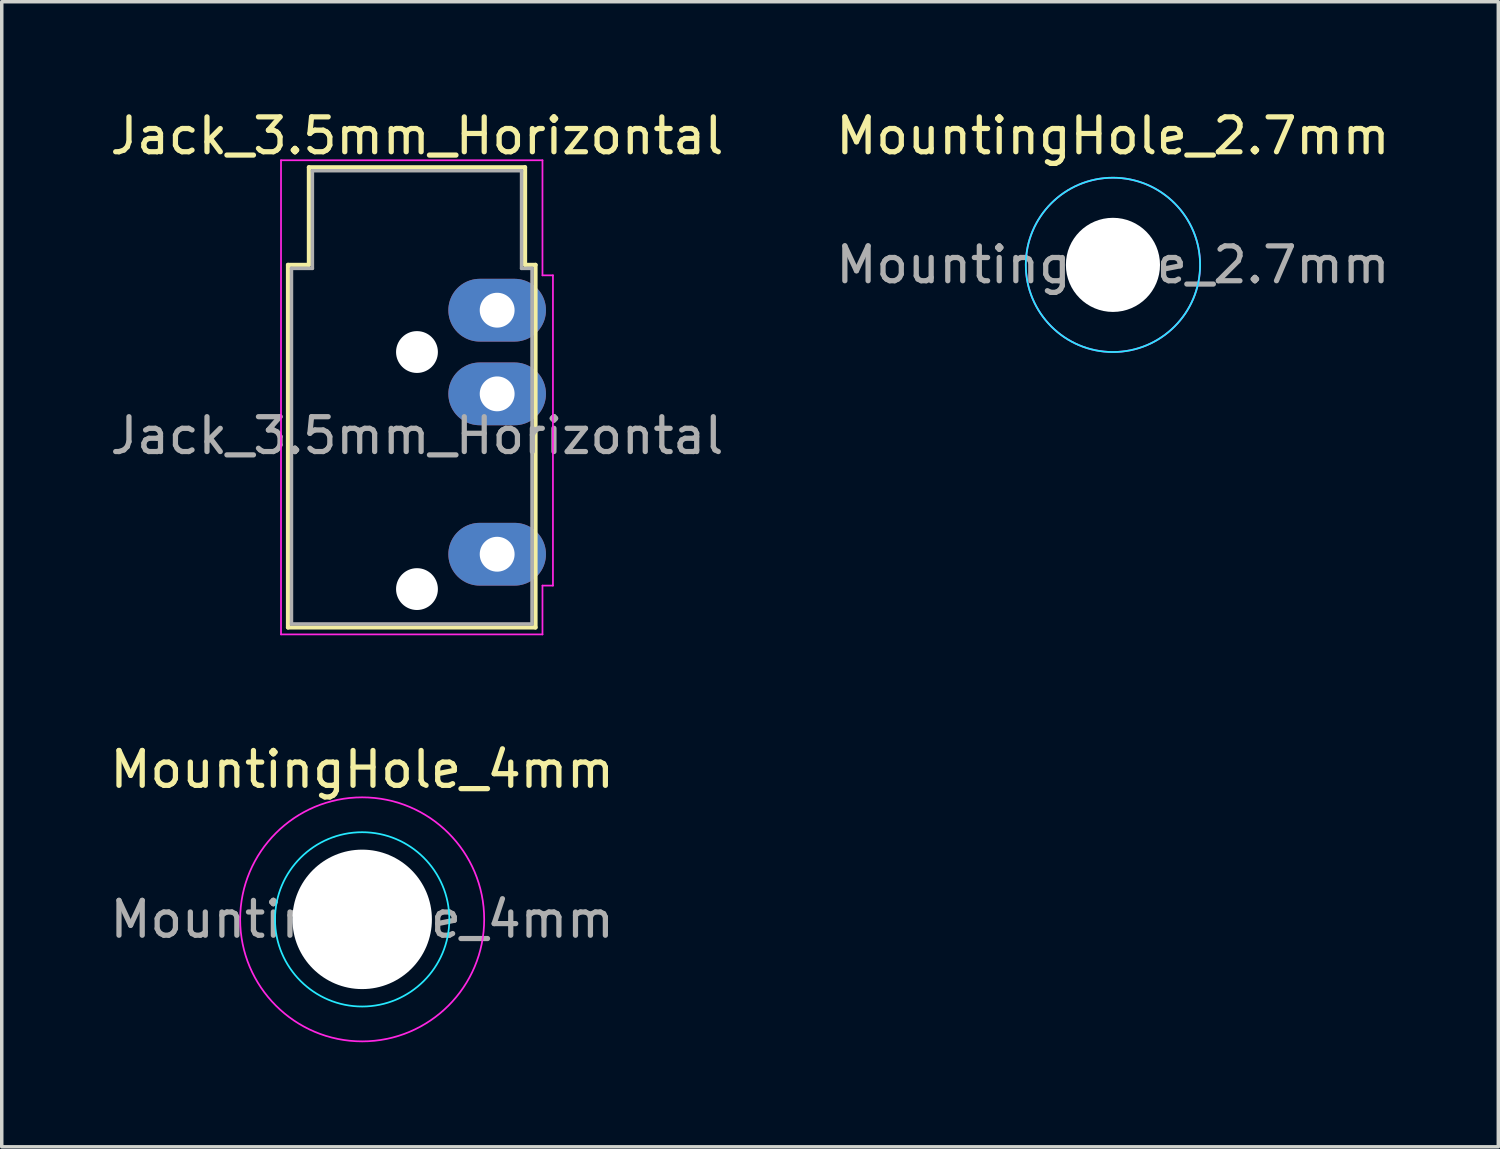
<source format=kicad_pcb>
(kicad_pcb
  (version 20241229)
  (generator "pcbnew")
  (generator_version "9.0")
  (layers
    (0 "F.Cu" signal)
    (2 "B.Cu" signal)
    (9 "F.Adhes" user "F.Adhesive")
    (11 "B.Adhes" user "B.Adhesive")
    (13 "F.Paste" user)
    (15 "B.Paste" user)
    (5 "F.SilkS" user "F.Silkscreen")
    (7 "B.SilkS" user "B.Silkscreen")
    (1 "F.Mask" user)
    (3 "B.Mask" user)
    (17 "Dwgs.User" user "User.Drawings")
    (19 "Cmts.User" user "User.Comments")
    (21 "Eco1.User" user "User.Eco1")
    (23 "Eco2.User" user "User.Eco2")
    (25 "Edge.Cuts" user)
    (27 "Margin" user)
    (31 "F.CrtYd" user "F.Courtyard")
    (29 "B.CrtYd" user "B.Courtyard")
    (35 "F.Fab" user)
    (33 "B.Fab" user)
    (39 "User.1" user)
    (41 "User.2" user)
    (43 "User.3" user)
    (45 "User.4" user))
  (footprint "MountingHole_2.7mm"
    (layer "F.Cu")
    (at 28.875 4.548)
    (property "Reference" "MountingHole_2.7mm" (at 0 -3.7 0) (layer "F.SilkS") (effects (font (size 1 1) (thickness 0.15))))
    (attr exclude_from_pos_files exclude_from_bom)
    (fp_circle (center 0 0) (end 2.5 0) (stroke (width 0.05) (type default)) (fill no) (layer "B.CrtYd"))
    (fp_circle (center 0 0) (end 2.5 0) (stroke (width 0.05) (type solid)) (fill no) (layer "F.CrtYd"))
    (fp_text user "${REFERENCE}" (at 0 0 0) (layer "F.Fab") (effects (font (size 1 1) (thickness 0.15))))
    (pad "" np_thru_hole circle (at 0 0) (size 2.7 2.7) (drill 2.7) (layers "*.Cu" "*.Mask")))
  (footprint "MountingHole_4mm"
    (layer "F.Cu")
    (at 7.339 23.322)
    (property "Reference" "MountingHole_4mm" (at 0 -4.3 0) (layer "F.SilkS") (effects (font (size 1 1) (thickness 0.15))))
    (attr exclude_from_pos_files exclude_from_bom)
    (fp_circle (center 0 0) (end 2.5 0) (stroke (width 0.05) (type default)) (fill no) (layer "B.CrtYd"))
    (fp_circle (center 0 0) (end 3.5 0) (stroke (width 0.05) (type solid)) (fill no) (layer "F.CrtYd"))
    (fp_text user "${REFERENCE}" (at 0 0 0) (layer "F.Fab") (effects (font (size 1 1) (thickness 0.15))))
    (pad "" np_thru_hole circle (at 0 0) (size 4 4) (drill 4) (layers "*.Cu" "*.Mask")))
  (footprint "Jack_3.5mm_Horizontal"
    (layer "F.Cu")
    (at 8.911 5.848)
    (property "Reference" "Jack_3.5mm_Horizontal" (at 0 -5 0) (layer "F.SilkS") (effects (font (size 1 1) (thickness 0.15))))
    (attr through_hole)
    (fp_line (start -3.7 -1.3) (end -3.1 -1.3) (stroke (width 0.12) (type solid)) (layer "F.SilkS"))
    (fp_line (start -3.7 9.1) (end -3.7 -1.3) (stroke (width 0.12) (type solid)) (layer "F.SilkS"))
    (fp_line (start -3.1 -4.1) (end 3.1 -4.1) (stroke (width 0.12) (type solid)) (layer "F.SilkS"))
    (fp_line (start -3.1 -1.3) (end -3.1 -4.1) (stroke (width 0.12) (type solid)) (layer "F.SilkS"))
    (fp_line (start 3.1 -4.1) (end 3.1 -1.3) (stroke (width 0.12) (type solid)) (layer "F.SilkS"))
    (fp_line (start 3.1 -1.3) (end 3.4 -1.3) (stroke (width 0.12) (type solid)) (layer "F.SilkS"))
    (fp_line (start 3.4 -1.3) (end 3.4 9.1) (stroke (width 0.12) (type solid)) (layer "F.SilkS"))
    (fp_line (start 3.4 9.1) (end -3.7 9.1) (stroke (width 0.12) (type solid)) (layer "F.SilkS"))
    (fp_line (start -3.9 -4.3) (end -3.9 9.3) (stroke (width 0.05) (type solid)) (layer "F.CrtYd"))
    (fp_line (start -3.9 9.3) (end 3.6 9.3) (stroke (width 0.05) (type solid)) (layer "F.CrtYd"))
    (fp_line (start 3.6 -4.3) (end -3.9 -4.3) (stroke (width 0.05) (type solid)) (layer "F.CrtYd"))
    (fp_line (start 3.6 -1) (end 3.6 -4.3) (stroke (width 0.05) (type solid)) (layer "F.CrtYd"))
    (fp_line (start 3.6 -1) (end 3.9 -1) (stroke (width 0.05) (type default)) (layer "F.CrtYd"))
    (fp_line (start 3.6 7.9) (end 3.6 9.3) (stroke (width 0.05) (type default)) (layer "F.CrtYd"))
    (fp_line (start 3.9 -1) (end 3.9 7.9) (stroke (width 0.05) (type default)) (layer "F.CrtYd"))
    (fp_line (start 3.9 7.9) (end 3.6 7.9) (stroke (width 0.05) (type default)) (layer "F.CrtYd"))
    (fp_line (start -3.6 -1.2) (end -3 -1.2) (stroke (width 0.1) (type solid)) (layer "F.Fab"))
    (fp_line (start -3.6 9) (end -3.6 -1.2) (stroke (width 0.1) (type solid)) (layer "F.Fab"))
    (fp_line (start -3 -4) (end 3 -4) (stroke (width 0.1) (type solid)) (layer "F.Fab"))
    (fp_line (start -3 -1.2) (end -3 -4) (stroke (width 0.1) (type solid)) (layer "F.Fab"))
    (fp_line (start 3 -4) (end 3 -1.2) (stroke (width 0.1) (type solid)) (layer "F.Fab"))
    (fp_line (start 3 -1.2) (end 3.3 -1.2) (stroke (width 0.1) (type solid)) (layer "F.Fab"))
    (fp_line (start 3.3 -1.2) (end 3.3 9) (stroke (width 0.1) (type solid)) (layer "F.Fab"))
    (fp_line (start 3.3 9) (end -3.6 9) (stroke (width 0.1) (type solid)) (layer "F.Fab"))
    (fp_text user "${REFERENCE}" (at 0 3.6 0) (layer "F.Fab") (effects (font (size 1 1) (thickness 0.15))))
    (pad "" np_thru_hole circle (at 0 1.2) (size 1.2 1.2) (drill 1.2) (layers "*.Cu" "*.Mask"))
    (pad "" np_thru_hole circle (at 0 8) (size 1.2 1.2) (drill 1.2) (layers "*.Cu" "*.Mask"))
    (pad "R" thru_hole oval (at 2.3 2.4) (size 2.8 1.8) (drill 1) (layers "*.Cu" "*.Mask"))
    (pad "S" thru_hole oval (at 2.3 0) (size 2.8 1.8) (drill 1) (layers "*.Cu" "*.Mask"))
    (pad "T" thru_hole oval (at 2.3 7) (size 2.8 1.8) (drill 1) (layers "*.Cu" "*.Mask")))
  (gr_rect
    (start -3 -3)
    (end 39.929 29.846)
    (stroke (width 0.1) (type default))
    (fill no)
    (layer "Edge.Cuts")))
</source>
